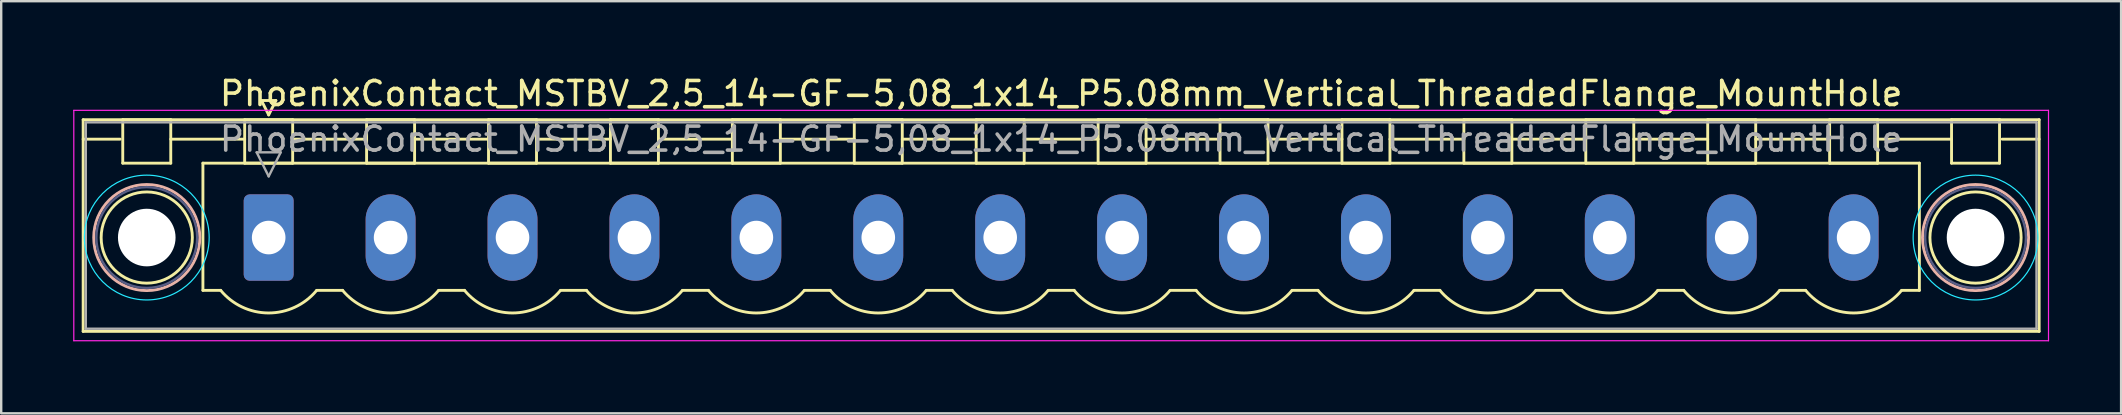
<source format=kicad_pcb>
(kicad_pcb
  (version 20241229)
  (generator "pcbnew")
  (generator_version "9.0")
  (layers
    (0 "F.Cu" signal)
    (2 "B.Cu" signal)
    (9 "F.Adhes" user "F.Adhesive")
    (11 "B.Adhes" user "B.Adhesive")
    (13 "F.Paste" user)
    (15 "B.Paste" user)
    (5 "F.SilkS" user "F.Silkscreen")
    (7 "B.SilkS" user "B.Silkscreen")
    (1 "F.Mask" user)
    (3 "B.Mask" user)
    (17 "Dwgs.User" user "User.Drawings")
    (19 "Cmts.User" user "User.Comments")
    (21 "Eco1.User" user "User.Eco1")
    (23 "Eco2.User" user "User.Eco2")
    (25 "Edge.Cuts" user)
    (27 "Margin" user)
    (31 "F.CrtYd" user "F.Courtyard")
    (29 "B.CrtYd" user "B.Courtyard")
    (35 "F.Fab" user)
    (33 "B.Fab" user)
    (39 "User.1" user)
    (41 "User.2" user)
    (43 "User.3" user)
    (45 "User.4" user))
  (footprint "PhoenixContact_MSTBV_2,5_14-GF-5,08_1x14_P5.08mm_Vertical_ThreadedFlange_MountHole"
    (layer "F.Cu")
    (at 8.145 6.848)
    (property "Reference" "PhoenixContact_MSTBV_2,5_14-GF-5,08_1x14_P5.08mm_Vertical_ThreadedFlange_MountHole" (at 33.02 -6 0) (layer "F.SilkS") (effects (font (size 1 1) (thickness 0.15))))
    (attr through_hole)
    (fp_line (start -7.73 -4.91) (end -7.73 3.91) (stroke (width 0.12) (type solid)) (layer "F.SilkS"))
    (fp_line (start -7.73 -4.1) (end -6.19 -4.1) (stroke (width 0.12) (type solid)) (layer "F.SilkS"))
    (fp_line (start -7.73 3.91) (end 73.77 3.91) (stroke (width 0.12) (type solid)) (layer "F.SilkS"))
    (fp_line (start -6.08 -4.91) (end -4.08 -4.91) (stroke (width 0.12) (type solid)) (layer "F.SilkS"))
    (fp_line (start -6.08 -3.1) (end -6.08 -4.91) (stroke (width 0.12) (type solid)) (layer "F.SilkS"))
    (fp_line (start -4.08 -4.91) (end -4.08 -3.1) (stroke (width 0.12) (type solid)) (layer "F.SilkS"))
    (fp_line (start -4.08 -4.1) (end -1 -4.1) (stroke (width 0.12) (type solid)) (layer "F.SilkS"))
    (fp_line (start -4.08 -3.1) (end -6.08 -3.1) (stroke (width 0.12) (type solid)) (layer "F.SilkS"))
    (fp_line (start -2.74 -3.1) (end 68.78 -3.1) (stroke (width 0.12) (type solid)) (layer "F.SilkS"))
    (fp_line (start -2.74 2.2) (end -2.74 -3.1) (stroke (width 0.12) (type solid)) (layer "F.SilkS"))
    (fp_line (start -2 2.2) (end -2.74 2.2) (stroke (width 0.12) (type solid)) (layer "F.SilkS"))
    (fp_line (start -1 -4.91) (end 1 -4.91) (stroke (width 0.12) (type solid)) (layer "F.SilkS"))
    (fp_line (start -1 -3.1) (end -1 -4.91) (stroke (width 0.12) (type solid)) (layer "F.SilkS"))
    (fp_line (start -0.3 -5.71) (end 0.3 -5.71) (stroke (width 0.12) (type solid)) (layer "F.SilkS"))
    (fp_line (start 0 -5.11) (end -0.3 -5.71) (stroke (width 0.12) (type solid)) (layer "F.SilkS"))
    (fp_line (start 0.3 -5.71) (end 0 -5.11) (stroke (width 0.12) (type solid)) (layer "F.SilkS"))
    (fp_line (start 1 -4.91) (end 1 -3.1) (stroke (width 0.12) (type solid)) (layer "F.SilkS"))
    (fp_line (start 1 -4.1) (end 4.08 -4.1) (stroke (width 0.12) (type solid)) (layer "F.SilkS"))
    (fp_line (start 1 -3.1) (end -1 -3.1) (stroke (width 0.12) (type solid)) (layer "F.SilkS"))
    (fp_line (start 2 2.2) (end 3.08 2.2) (stroke (width 0.12) (type solid)) (layer "F.SilkS"))
    (fp_line (start 4.08 -4.91) (end 6.08 -4.91) (stroke (width 0.12) (type solid)) (layer "F.SilkS"))
    (fp_line (start 4.08 -3.1) (end 4.08 -4.91) (stroke (width 0.12) (type solid)) (layer "F.SilkS"))
    (fp_line (start 6.08 -4.91) (end 6.08 -3.1) (stroke (width 0.12) (type solid)) (layer "F.SilkS"))
    (fp_line (start 6.08 -4.1) (end 9.16 -4.1) (stroke (width 0.12) (type solid)) (layer "F.SilkS"))
    (fp_line (start 6.08 -3.1) (end 4.08 -3.1) (stroke (width 0.12) (type solid)) (layer "F.SilkS"))
    (fp_line (start 7.08 2.2) (end 8.16 2.2) (stroke (width 0.12) (type solid)) (layer "F.SilkS"))
    (fp_line (start 9.16 -4.91) (end 11.16 -4.91) (stroke (width 0.12) (type solid)) (layer "F.SilkS"))
    (fp_line (start 9.16 -3.1) (end 9.16 -4.91) (stroke (width 0.12) (type solid)) (layer "F.SilkS"))
    (fp_line (start 11.16 -4.91) (end 11.16 -3.1) (stroke (width 0.12) (type solid)) (layer "F.SilkS"))
    (fp_line (start 11.16 -4.1) (end 14.24 -4.1) (stroke (width 0.12) (type solid)) (layer "F.SilkS"))
    (fp_line (start 11.16 -3.1) (end 9.16 -3.1) (stroke (width 0.12) (type solid)) (layer "F.SilkS"))
    (fp_line (start 12.16 2.2) (end 13.24 2.2) (stroke (width 0.12) (type solid)) (layer "F.SilkS"))
    (fp_line (start 14.24 -4.91) (end 16.24 -4.91) (stroke (width 0.12) (type solid)) (layer "F.SilkS"))
    (fp_line (start 14.24 -3.1) (end 14.24 -4.91) (stroke (width 0.12) (type solid)) (layer "F.SilkS"))
    (fp_line (start 16.24 -4.91) (end 16.24 -3.1) (stroke (width 0.12) (type solid)) (layer "F.SilkS"))
    (fp_line (start 16.24 -4.1) (end 19.32 -4.1) (stroke (width 0.12) (type solid)) (layer "F.SilkS"))
    (fp_line (start 16.24 -3.1) (end 14.24 -3.1) (stroke (width 0.12) (type solid)) (layer "F.SilkS"))
    (fp_line (start 17.24 2.2) (end 18.32 2.2) (stroke (width 0.12) (type solid)) (layer "F.SilkS"))
    (fp_line (start 19.32 -4.91) (end 21.32 -4.91) (stroke (width 0.12) (type solid)) (layer "F.SilkS"))
    (fp_line (start 19.32 -3.1) (end 19.32 -4.91) (stroke (width 0.12) (type solid)) (layer "F.SilkS"))
    (fp_line (start 21.32 -4.91) (end 21.32 -3.1) (stroke (width 0.12) (type solid)) (layer "F.SilkS"))
    (fp_line (start 21.32 -4.1) (end 24.4 -4.1) (stroke (width 0.12) (type solid)) (layer "F.SilkS"))
    (fp_line (start 21.32 -3.1) (end 19.32 -3.1) (stroke (width 0.12) (type solid)) (layer "F.SilkS"))
    (fp_line (start 22.32 2.2) (end 23.4 2.2) (stroke (width 0.12) (type solid)) (layer "F.SilkS"))
    (fp_line (start 24.4 -4.91) (end 26.4 -4.91) (stroke (width 0.12) (type solid)) (layer "F.SilkS"))
    (fp_line (start 24.4 -3.1) (end 24.4 -4.91) (stroke (width 0.12) (type solid)) (layer "F.SilkS"))
    (fp_line (start 26.4 -4.91) (end 26.4 -3.1) (stroke (width 0.12) (type solid)) (layer "F.SilkS"))
    (fp_line (start 26.4 -4.1) (end 29.48 -4.1) (stroke (width 0.12) (type solid)) (layer "F.SilkS"))
    (fp_line (start 26.4 -3.1) (end 24.4 -3.1) (stroke (width 0.12) (type solid)) (layer "F.SilkS"))
    (fp_line (start 27.4 2.2) (end 28.48 2.2) (stroke (width 0.12) (type solid)) (layer "F.SilkS"))
    (fp_line (start 29.48 -4.91) (end 31.48 -4.91) (stroke (width 0.12) (type solid)) (layer "F.SilkS"))
    (fp_line (start 29.48 -3.1) (end 29.48 -4.91) (stroke (width 0.12) (type solid)) (layer "F.SilkS"))
    (fp_line (start 31.48 -4.91) (end 31.48 -3.1) (stroke (width 0.12) (type solid)) (layer "F.SilkS"))
    (fp_line (start 31.48 -4.1) (end 34.56 -4.1) (stroke (width 0.12) (type solid)) (layer "F.SilkS"))
    (fp_line (start 31.48 -3.1) (end 29.48 -3.1) (stroke (width 0.12) (type solid)) (layer "F.SilkS"))
    (fp_line (start 32.48 2.2) (end 33.56 2.2) (stroke (width 0.12) (type solid)) (layer "F.SilkS"))
    (fp_line (start 34.56 -4.91) (end 36.56 -4.91) (stroke (width 0.12) (type solid)) (layer "F.SilkS"))
    (fp_line (start 34.56 -3.1) (end 34.56 -4.91) (stroke (width 0.12) (type solid)) (layer "F.SilkS"))
    (fp_line (start 36.56 -4.91) (end 36.56 -3.1) (stroke (width 0.12) (type solid)) (layer "F.SilkS"))
    (fp_line (start 36.56 -4.1) (end 39.64 -4.1) (stroke (width 0.12) (type solid)) (layer "F.SilkS"))
    (fp_line (start 36.56 -3.1) (end 34.56 -3.1) (stroke (width 0.12) (type solid)) (layer "F.SilkS"))
    (fp_line (start 37.56 2.2) (end 38.64 2.2) (stroke (width 0.12) (type solid)) (layer "F.SilkS"))
    (fp_line (start 39.64 -4.91) (end 41.64 -4.91) (stroke (width 0.12) (type solid)) (layer "F.SilkS"))
    (fp_line (start 39.64 -3.1) (end 39.64 -4.91) (stroke (width 0.12) (type solid)) (layer "F.SilkS"))
    (fp_line (start 41.64 -4.91) (end 41.64 -3.1) (stroke (width 0.12) (type solid)) (layer "F.SilkS"))
    (fp_line (start 41.64 -4.1) (end 44.72 -4.1) (stroke (width 0.12) (type solid)) (layer "F.SilkS"))
    (fp_line (start 41.64 -3.1) (end 39.64 -3.1) (stroke (width 0.12) (type solid)) (layer "F.SilkS"))
    (fp_line (start 42.64 2.2) (end 43.72 2.2) (stroke (width 0.12) (type solid)) (layer "F.SilkS"))
    (fp_line (start 44.72 -4.91) (end 46.72 -4.91) (stroke (width 0.12) (type solid)) (layer "F.SilkS"))
    (fp_line (start 44.72 -3.1) (end 44.72 -4.91) (stroke (width 0.12) (type solid)) (layer "F.SilkS"))
    (fp_line (start 46.72 -4.91) (end 46.72 -3.1) (stroke (width 0.12) (type solid)) (layer "F.SilkS"))
    (fp_line (start 46.72 -4.1) (end 49.8 -4.1) (stroke (width 0.12) (type solid)) (layer "F.SilkS"))
    (fp_line (start 46.72 -3.1) (end 44.72 -3.1) (stroke (width 0.12) (type solid)) (layer "F.SilkS"))
    (fp_line (start 47.72 2.2) (end 48.8 2.2) (stroke (width 0.12) (type solid)) (layer "F.SilkS"))
    (fp_line (start 49.8 -4.91) (end 51.8 -4.91) (stroke (width 0.12) (type solid)) (layer "F.SilkS"))
    (fp_line (start 49.8 -3.1) (end 49.8 -4.91) (stroke (width 0.12) (type solid)) (layer "F.SilkS"))
    (fp_line (start 51.8 -4.91) (end 51.8 -3.1) (stroke (width 0.12) (type solid)) (layer "F.SilkS"))
    (fp_line (start 51.8 -4.1) (end 54.88 -4.1) (stroke (width 0.12) (type solid)) (layer "F.SilkS"))
    (fp_line (start 51.8 -3.1) (end 49.8 -3.1) (stroke (width 0.12) (type solid)) (layer "F.SilkS"))
    (fp_line (start 52.8 2.2) (end 53.88 2.2) (stroke (width 0.12) (type solid)) (layer "F.SilkS"))
    (fp_line (start 54.88 -4.91) (end 56.88 -4.91) (stroke (width 0.12) (type solid)) (layer "F.SilkS"))
    (fp_line (start 54.88 -3.1) (end 54.88 -4.91) (stroke (width 0.12) (type solid)) (layer "F.SilkS"))
    (fp_line (start 56.88 -4.91) (end 56.88 -3.1) (stroke (width 0.12) (type solid)) (layer "F.SilkS"))
    (fp_line (start 56.88 -4.1) (end 59.96 -4.1) (stroke (width 0.12) (type solid)) (layer "F.SilkS"))
    (fp_line (start 56.88 -3.1) (end 54.88 -3.1) (stroke (width 0.12) (type solid)) (layer "F.SilkS"))
    (fp_line (start 57.88 2.2) (end 58.96 2.2) (stroke (width 0.12) (type solid)) (layer "F.SilkS"))
    (fp_line (start 59.96 -4.91) (end 61.96 -4.91) (stroke (width 0.12) (type solid)) (layer "F.SilkS"))
    (fp_line (start 59.96 -3.1) (end 59.96 -4.91) (stroke (width 0.12) (type solid)) (layer "F.SilkS"))
    (fp_line (start 61.96 -4.91) (end 61.96 -3.1) (stroke (width 0.12) (type solid)) (layer "F.SilkS"))
    (fp_line (start 61.96 -4.1) (end 65.04 -4.1) (stroke (width 0.12) (type solid)) (layer "F.SilkS"))
    (fp_line (start 61.96 -3.1) (end 59.96 -3.1) (stroke (width 0.12) (type solid)) (layer "F.SilkS"))
    (fp_line (start 62.96 2.2) (end 64.04 2.2) (stroke (width 0.12) (type solid)) (layer "F.SilkS"))
    (fp_line (start 65.04 -4.91) (end 67.04 -4.91) (stroke (width 0.12) (type solid)) (layer "F.SilkS"))
    (fp_line (start 65.04 -3.1) (end 65.04 -4.91) (stroke (width 0.12) (type solid)) (layer "F.SilkS"))
    (fp_line (start 67.04 -4.91) (end 67.04 -3.1) (stroke (width 0.12) (type solid)) (layer "F.SilkS"))
    (fp_line (start 67.04 -4.1) (end 70.12 -4.1) (stroke (width 0.12) (type solid)) (layer "F.SilkS"))
    (fp_line (start 67.04 -3.1) (end 65.04 -3.1) (stroke (width 0.12) (type solid)) (layer "F.SilkS"))
    (fp_line (start 68.78 -3.1) (end 68.78 2.2) (stroke (width 0.12) (type solid)) (layer "F.SilkS"))
    (fp_line (start 68.78 2.2) (end 68.04 2.2) (stroke (width 0.12) (type solid)) (layer "F.SilkS"))
    (fp_line (start 70.12 -4.91) (end 72.12 -4.91) (stroke (width 0.12) (type solid)) (layer "F.SilkS"))
    (fp_line (start 70.12 -3.1) (end 70.12 -4.91) (stroke (width 0.12) (type solid)) (layer "F.SilkS"))
    (fp_line (start 72.12 -4.91) (end 72.12 -3.1) (stroke (width 0.12) (type solid)) (layer "F.SilkS"))
    (fp_line (start 72.12 -3.1) (end 70.12 -3.1) (stroke (width 0.12) (type solid)) (layer "F.SilkS"))
    (fp_line (start 73.77 -4.91) (end -7.73 -4.91) (stroke (width 0.12) (type solid)) (layer "F.SilkS"))
    (fp_line (start 73.77 -4.1) (end 72.23 -4.1) (stroke (width 0.12) (type solid)) (layer "F.SilkS"))
    (fp_line (start 73.77 3.91) (end 73.77 -4.91) (stroke (width 0.12) (type solid)) (layer "F.SilkS"))
    (fp_arc (start 1.986842 2.215821) (mid -0.010289 3.142758) (end -2 2.2) (stroke (width 0.12) (type solid)) (layer "F.SilkS"))
    (fp_arc (start 7.066842 2.215821) (mid 5.069711 3.142758) (end 3.08 2.2) (stroke (width 0.12) (type solid)) (layer "F.SilkS"))
    (fp_arc (start 12.146842 2.215821) (mid 10.149711 3.142758) (end 8.16 2.2) (stroke (width 0.12) (type solid)) (layer "F.SilkS"))
    (fp_arc (start 17.226842 2.215821) (mid 15.229711 3.142758) (end 13.24 2.2) (stroke (width 0.12) (type solid)) (layer "F.SilkS"))
    (fp_arc (start 22.306842 2.215821) (mid 20.309711 3.142758) (end 18.32 2.2) (stroke (width 0.12) (type solid)) (layer "F.SilkS"))
    (fp_arc (start 27.386842 2.215821) (mid 25.389711 3.142758) (end 23.4 2.2) (stroke (width 0.12) (type solid)) (layer "F.SilkS"))
    (fp_arc (start 32.466842 2.215821) (mid 30.469711 3.142758) (end 28.48 2.2) (stroke (width 0.12) (type solid)) (layer "F.SilkS"))
    (fp_arc (start 37.546842 2.215821) (mid 35.549711 3.142758) (end 33.56 2.2) (stroke (width 0.12) (type solid)) (layer "F.SilkS"))
    (fp_arc (start 42.626842 2.215821) (mid 40.629711 3.142758) (end 38.64 2.2) (stroke (width 0.12) (type solid)) (layer "F.SilkS"))
    (fp_arc (start 47.706842 2.215821) (mid 45.709711 3.142758) (end 43.72 2.2) (stroke (width 0.12) (type solid)) (layer "F.SilkS"))
    (fp_arc (start 52.786842 2.215821) (mid 50.789711 3.142758) (end 48.8 2.2) (stroke (width 0.12) (type solid)) (layer "F.SilkS"))
    (fp_arc (start 57.866842 2.215821) (mid 55.869711 3.142758) (end 53.88 2.2) (stroke (width 0.12) (type solid)) (layer "F.SilkS"))
    (fp_arc (start 62.946842 2.215821) (mid 60.949711 3.142758) (end 58.96 2.2) (stroke (width 0.12) (type solid)) (layer "F.SilkS"))
    (fp_arc (start 68.026842 2.215821) (mid 66.029711 3.142758) (end 64.04 2.2) (stroke (width 0.12) (type solid)) (layer "F.SilkS"))
    (fp_circle (center -5.08 0) (end -3.18 0) (stroke (width 0.12) (type solid)) (fill no) (layer "F.SilkS"))
    (fp_circle (center 71.12 0) (end 73.02 0) (stroke (width 0.12) (type solid)) (fill no) (layer "F.SilkS"))
    (fp_circle (center -5.08 0) (end -2.87 0) (stroke (width 0.12) (type solid)) (fill no) (layer "B.SilkS"))
    (fp_circle (center 71.12 0) (end 73.33 0) (stroke (width 0.12) (type solid)) (fill no) (layer "B.SilkS"))
    (fp_circle (center -5.08 0) (end -2.48 0) (stroke (width 0.05) (type solid)) (fill no) (layer "B.CrtYd"))
    (fp_circle (center 71.12 0) (end 73.72 0) (stroke (width 0.05) (type solid)) (fill no) (layer "B.CrtYd"))
    (fp_line (start -8.12 -5.3) (end -8.12 4.3) (stroke (width 0.05) (type solid)) (layer "F.CrtYd"))
    (fp_line (start -8.12 4.3) (end 74.16 4.3) (stroke (width 0.05) (type solid)) (layer "F.CrtYd"))
    (fp_line (start 74.16 -5.3) (end -8.12 -5.3) (stroke (width 0.05) (type solid)) (layer "F.CrtYd"))
    (fp_line (start 74.16 4.3) (end 74.16 -5.3) (stroke (width 0.05) (type solid)) (layer "F.CrtYd"))
    (fp_circle (center -5.08 0) (end -2.98 0) (stroke (width 0.1) (type solid)) (fill no) (layer "B.Fab"))
    (fp_circle (center 71.12 0) (end 73.22 0) (stroke (width 0.1) (type solid)) (fill no) (layer "B.Fab"))
    (fp_line (start -7.62 -4.8) (end -7.62 3.8) (stroke (width 0.1) (type solid)) (layer "F.Fab"))
    (fp_line (start -7.62 3.8) (end 73.66 3.8) (stroke (width 0.1) (type solid)) (layer "F.Fab"))
    (fp_line (start -0.5 -3.55) (end 0.5 -3.55) (stroke (width 0.1) (type solid)) (layer "F.Fab"))
    (fp_line (start 0 -2.55) (end -0.5 -3.55) (stroke (width 0.1) (type solid)) (layer "F.Fab"))
    (fp_line (start 0.5 -3.55) (end 0 -2.55) (stroke (width 0.1) (type solid)) (layer "F.Fab"))
    (fp_line (start 73.66 -4.8) (end -7.62 -4.8) (stroke (width 0.1) (type solid)) (layer "F.Fab"))
    (fp_line (start 73.66 3.8) (end 73.66 -4.8) (stroke (width 0.1) (type solid)) (layer "F.Fab"))
    (fp_text user "${REFERENCE}" (at 33.02 -4.1 0) (layer "F.Fab") (effects (font (size 1 1) (thickness 0.15))))
    (pad "" np_thru_hole circle (at -5.08 0) (size 2.4 2.4) (drill 2.4) (layers "*.Cu" "*.Mask"))
    (pad "" np_thru_hole circle (at 71.12 0) (size 2.4 2.4) (drill 2.4) (layers "*.Cu" "*.Mask"))
    (pad "1" thru_hole roundrect (at 0 0) (size 2.08 3.6) (drill 1.4) (layers "*.Cu" "*.Mask") (roundrect_rratio 0.12))
    (pad "2" thru_hole oval (at 5.08 0) (size 2.08 3.6) (drill 1.4) (layers "*.Cu" "*.Mask"))
    (pad "3" thru_hole oval (at 10.16 0) (size 2.08 3.6) (drill 1.4) (layers "*.Cu" "*.Mask"))
    (pad "4" thru_hole oval (at 15.24 0) (size 2.08 3.6) (drill 1.4) (layers "*.Cu" "*.Mask"))
    (pad "5" thru_hole oval (at 20.32 0) (size 2.08 3.6) (drill 1.4) (layers "*.Cu" "*.Mask"))
    (pad "6" thru_hole oval (at 25.4 0) (size 2.08 3.6) (drill 1.4) (layers "*.Cu" "*.Mask"))
    (pad "7" thru_hole oval (at 30.48 0) (size 2.08 3.6) (drill 1.4) (layers "*.Cu" "*.Mask"))
    (pad "8" thru_hole oval (at 35.56 0) (size 2.08 3.6) (drill 1.4) (layers "*.Cu" "*.Mask"))
    (pad "9" thru_hole oval (at 40.64 0) (size 2.08 3.6) (drill 1.4) (layers "*.Cu" "*.Mask"))
    (pad "10" thru_hole oval (at 45.72 0) (size 2.08 3.6) (drill 1.4) (layers "*.Cu" "*.Mask"))
    (pad "11" thru_hole oval (at 50.8 0) (size 2.08 3.6) (drill 1.4) (layers "*.Cu" "*.Mask"))
    (pad "12" thru_hole oval (at 55.88 0) (size 2.08 3.6) (drill 1.4) (layers "*.Cu" "*.Mask"))
    (pad "13" thru_hole oval (at 60.96 0) (size 2.08 3.6) (drill 1.4) (layers "*.Cu" "*.Mask"))
    (pad "14" thru_hole oval (at 66.04 0) (size 2.08 3.6) (drill 1.4) (layers "*.Cu" "*.Mask")))
  (gr_rect
    (start -3 -3)
    (end 85.33 14.173)
    (stroke (width 0.1) (type default))
    (fill no)
    (layer "Edge.Cuts")))
</source>
